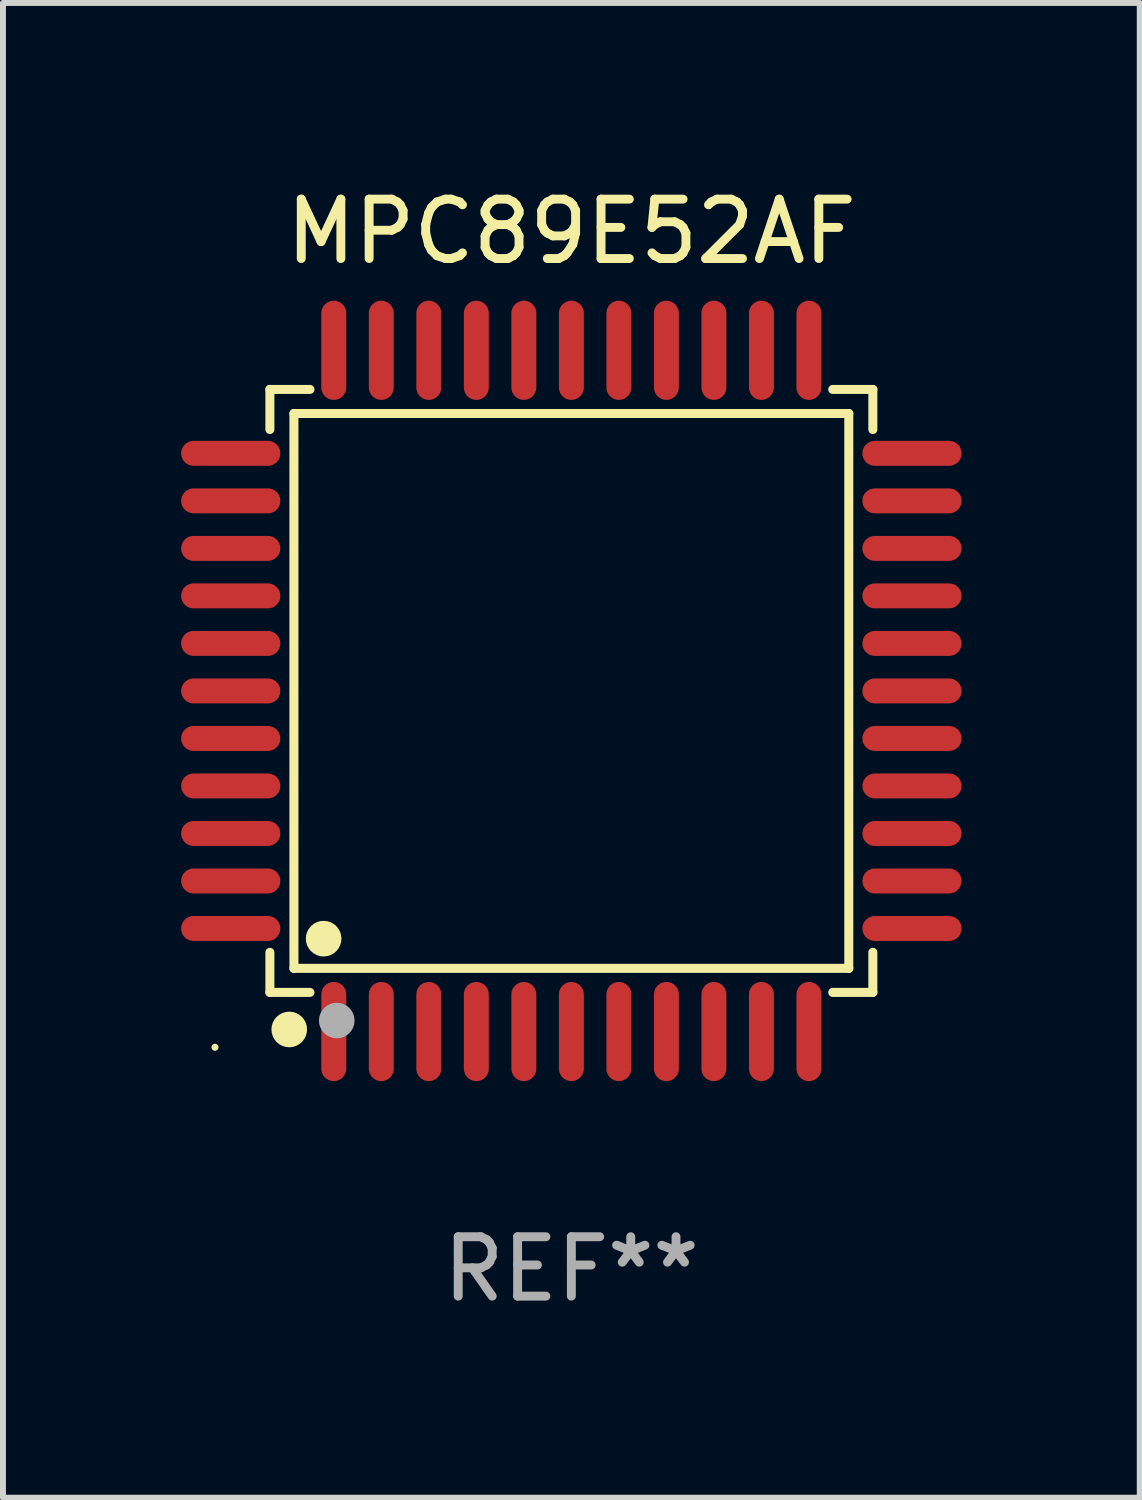
<source format=kicad_pcb>
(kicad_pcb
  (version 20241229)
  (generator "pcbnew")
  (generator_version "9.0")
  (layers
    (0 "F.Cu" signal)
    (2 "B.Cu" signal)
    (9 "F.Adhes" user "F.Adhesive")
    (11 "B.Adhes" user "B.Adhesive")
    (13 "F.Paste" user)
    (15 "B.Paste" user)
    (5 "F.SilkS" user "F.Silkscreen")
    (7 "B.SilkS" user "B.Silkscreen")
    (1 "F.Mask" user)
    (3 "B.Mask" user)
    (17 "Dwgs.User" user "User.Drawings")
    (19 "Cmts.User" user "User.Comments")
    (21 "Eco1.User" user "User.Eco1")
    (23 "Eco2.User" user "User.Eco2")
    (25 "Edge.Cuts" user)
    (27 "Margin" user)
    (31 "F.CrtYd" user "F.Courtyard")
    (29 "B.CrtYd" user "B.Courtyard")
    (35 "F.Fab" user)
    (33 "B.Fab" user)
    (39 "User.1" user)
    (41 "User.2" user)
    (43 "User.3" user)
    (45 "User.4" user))
  (footprint "MPC89E52AF"
    (layer "F.Cu")
    (at 6.57 8.583)
    (property "Reference" "MPC89E52AF" (at 0 -7.735 0) (layer "F.SilkS") (effects (font (size 1 1) (thickness 0.15))))
    (attr through_hole)
    (fp_line (start -5.076 -5.076) (end -4.401 -5.076) (stroke (width 0.152) (type solid)) (layer "F.SilkS"))
    (fp_line (start -5.076 -4.401) (end -5.076 -5.076) (stroke (width 0.152) (type solid)) (layer "F.SilkS"))
    (fp_line (start -5.076 4.401) (end -5.076 5.076) (stroke (width 0.152) (type solid)) (layer "F.SilkS"))
    (fp_line (start -5.076 5.076) (end -4.401 5.076) (stroke (width 0.152) (type solid)) (layer "F.SilkS"))
    (fp_line (start -4.671 -4.671) (end 4.671 -4.671) (stroke (width 0.152) (type solid)) (layer "F.SilkS"))
    (fp_line (start -4.671 4.671) (end -4.671 -4.671) (stroke (width 0.152) (type solid)) (layer "F.SilkS"))
    (fp_line (start 4.671 -4.671) (end 4.671 4.671) (stroke (width 0.152) (type solid)) (layer "F.SilkS"))
    (fp_line (start 4.671 4.671) (end -4.671 4.671) (stroke (width 0.152) (type solid)) (layer "F.SilkS"))
    (fp_line (start 5.076 -5.076) (end 4.401 -5.076) (stroke (width 0.152) (type solid)) (layer "F.SilkS"))
    (fp_line (start 5.076 -4.401) (end 5.076 -5.076) (stroke (width 0.152) (type solid)) (layer "F.SilkS"))
    (fp_line (start 5.076 4.401) (end 5.076 5.076) (stroke (width 0.152) (type solid)) (layer "F.SilkS"))
    (fp_line (start 5.076 5.076) (end 4.401 5.076) (stroke (width 0.152) (type solid)) (layer "F.SilkS"))
    (fp_circle (center -6 6) (end -5.97 6) (stroke (width 0.06) (type solid)) (fill no) (layer "F.SilkS"))
    (fp_circle (center -4.75 5.7) (end -4.6 5.7) (stroke (width 0.3) (type solid)) (fill no) (layer "F.SilkS"))
    (fp_circle (center -4.171 4.171) (end -4.021 4.171) (stroke (width 0.3) (type solid)) (fill no) (layer "F.SilkS"))
    (fp_circle (center -3.95 5.55) (end -3.8 5.55) (stroke (width 0.3) (type solid)) (fill no) (layer "F.Fab"))
    (fp_text user "REF**" (at 0 9.735 0) (layer "F.Fab") (effects (font (size 1 1) (thickness 0.15))))
    (pad "1" smd oval (at -4 5.735) (size 0.42 1.67) (layers "F.Cu" "F.Mask" "F.Paste"))
    (pad "2" smd oval (at -3.2 5.735) (size 0.42 1.67) (layers "F.Cu" "F.Mask" "F.Paste"))
    (pad "3" smd oval (at -2.4 5.735) (size 0.42 1.67) (layers "F.Cu" "F.Mask" "F.Paste"))
    (pad "4" smd oval (at -1.6 5.735) (size 0.42 1.67) (layers "F.Cu" "F.Mask" "F.Paste"))
    (pad "5" smd oval (at -0.8 5.735) (size 0.42 1.67) (layers "F.Cu" "F.Mask" "F.Paste"))
    (pad "6" smd oval (at 0 5.735) (size 0.42 1.67) (layers "F.Cu" "F.Mask" "F.Paste"))
    (pad "7" smd oval (at 0.8 5.735) (size 0.42 1.67) (layers "F.Cu" "F.Mask" "F.Paste"))
    (pad "8" smd oval (at 1.6 5.735) (size 0.42 1.67) (layers "F.Cu" "F.Mask" "F.Paste"))
    (pad "9" smd oval (at 2.4 5.735) (size 0.42 1.67) (layers "F.Cu" "F.Mask" "F.Paste"))
    (pad "10" smd oval (at 3.2 5.735) (size 0.42 1.67) (layers "F.Cu" "F.Mask" "F.Paste"))
    (pad "11" smd oval (at 4 5.735) (size 0.42 1.67) (layers "F.Cu" "F.Mask" "F.Paste"))
    (pad "12" smd oval (at 5.735 4) (size 1.67 0.42) (layers "F.Cu" "F.Mask" "F.Paste"))
    (pad "13" smd oval (at 5.735 3.2) (size 1.67 0.42) (layers "F.Cu" "F.Mask" "F.Paste"))
    (pad "14" smd oval (at 5.735 2.4) (size 1.67 0.42) (layers "F.Cu" "F.Mask" "F.Paste"))
    (pad "15" smd oval (at 5.735 1.6) (size 1.67 0.42) (layers "F.Cu" "F.Mask" "F.Paste"))
    (pad "16" smd oval (at 5.735 0.8) (size 1.67 0.42) (layers "F.Cu" "F.Mask" "F.Paste"))
    (pad "17" smd oval (at 5.735 0) (size 1.67 0.42) (layers "F.Cu" "F.Mask" "F.Paste"))
    (pad "18" smd oval (at 5.735 -0.8) (size 1.67 0.42) (layers "F.Cu" "F.Mask" "F.Paste"))
    (pad "19" smd oval (at 5.735 -1.6) (size 1.67 0.42) (layers "F.Cu" "F.Mask" "F.Paste"))
    (pad "20" smd oval (at 5.735 -2.4) (size 1.67 0.42) (layers "F.Cu" "F.Mask" "F.Paste"))
    (pad "21" smd oval (at 5.735 -3.2) (size 1.67 0.42) (layers "F.Cu" "F.Mask" "F.Paste"))
    (pad "22" smd oval (at 5.735 -4) (size 1.67 0.42) (layers "F.Cu" "F.Mask" "F.Paste"))
    (pad "23" smd oval (at 4 -5.735) (size 0.42 1.67) (layers "F.Cu" "F.Mask" "F.Paste"))
    (pad "24" smd oval (at 3.2 -5.735) (size 0.42 1.67) (layers "F.Cu" "F.Mask" "F.Paste"))
    (pad "25" smd oval (at 2.4 -5.735) (size 0.42 1.67) (layers "F.Cu" "F.Mask" "F.Paste"))
    (pad "26" smd oval (at 1.6 -5.735) (size 0.42 1.67) (layers "F.Cu" "F.Mask" "F.Paste"))
    (pad "27" smd oval (at 0.8 -5.735) (size 0.42 1.67) (layers "F.Cu" "F.Mask" "F.Paste"))
    (pad "28" smd oval (at 0 -5.735) (size 0.42 1.67) (layers "F.Cu" "F.Mask" "F.Paste"))
    (pad "29" smd oval (at -0.8 -5.735) (size 0.42 1.67) (layers "F.Cu" "F.Mask" "F.Paste"))
    (pad "30" smd oval (at -1.6 -5.735) (size 0.42 1.67) (layers "F.Cu" "F.Mask" "F.Paste"))
    (pad "31" smd oval (at -2.4 -5.735) (size 0.42 1.67) (layers "F.Cu" "F.Mask" "F.Paste"))
    (pad "32" smd oval (at -3.2 -5.735) (size 0.42 1.67) (layers "F.Cu" "F.Mask" "F.Paste"))
    (pad "33" smd oval (at -4 -5.735) (size 0.42 1.67) (layers "F.Cu" "F.Mask" "F.Paste"))
    (pad "34" smd oval (at -5.735 -4) (size 1.67 0.42) (layers "F.Cu" "F.Mask" "F.Paste"))
    (pad "35" smd oval (at -5.735 -3.2) (size 1.67 0.42) (layers "F.Cu" "F.Mask" "F.Paste"))
    (pad "36" smd oval (at -5.735 -2.4) (size 1.67 0.42) (layers "F.Cu" "F.Mask" "F.Paste"))
    (pad "37" smd oval (at -5.735 -1.6) (size 1.67 0.42) (layers "F.Cu" "F.Mask" "F.Paste"))
    (pad "38" smd oval (at -5.735 -0.8) (size 1.67 0.42) (layers "F.Cu" "F.Mask" "F.Paste"))
    (pad "39" smd oval (at -5.735 0) (size 1.67 0.42) (layers "F.Cu" "F.Mask" "F.Paste"))
    (pad "40" smd oval (at -5.735 0.8) (size 1.67 0.42) (layers "F.Cu" "F.Mask" "F.Paste"))
    (pad "41" smd oval (at -5.735 1.6) (size 1.67 0.42) (layers "F.Cu" "F.Mask" "F.Paste"))
    (pad "42" smd oval (at -5.735 2.4) (size 1.67 0.42) (layers "F.Cu" "F.Mask" "F.Paste"))
    (pad "43" smd oval (at -5.735 3.2) (size 1.67 0.42) (layers "F.Cu" "F.Mask" "F.Paste"))
    (pad "44" smd oval (at -5.735 4) (size 1.67 0.42) (layers "F.Cu" "F.Mask" "F.Paste")))
  (gr_rect
    (start -3 -3)
    (end 16.14 22.167)
    (stroke (width 0.1) (type default))
    (fill no)
    (layer "Edge.Cuts")))
</source>
